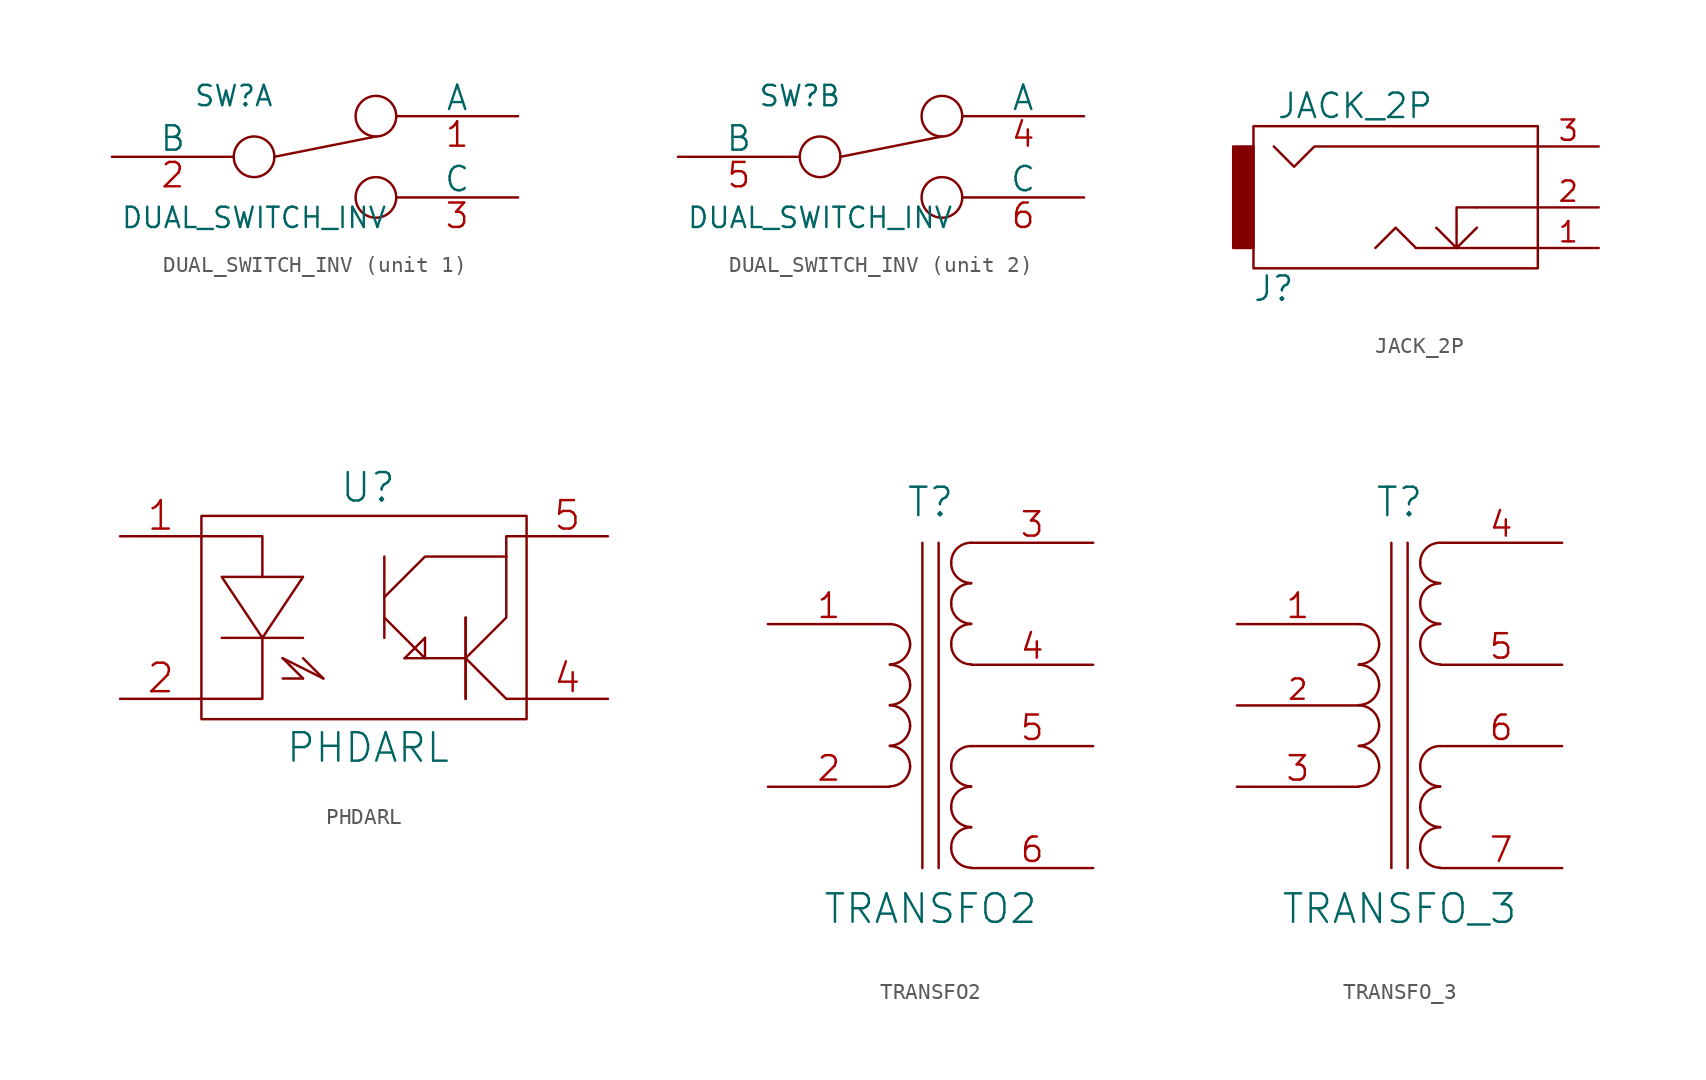
<source format=kicad_sym>
(kicad_symbol_lib
  (version 20220914)
  (generator kicad_symbol_editor)
  (symbol "DUAL_SWITCH_INV"
    (pin_names
      (offset 0))
    (property "Reference" "SW"
      (at -5.08 3.81 0)
      (effects (font (size 1.27 1.27))))
    (property "Value" "DUAL_SWITCH_INV"
      (at -3.81 -3.81 0)
      (effects (font (size 1.27 1.27))))
    (symbol "DUAL_SWITCH_INV_0_0"
      (circle (center -3.81 0) (radius 1.27) (stroke (width 0) (type solid)) (fill (type none)))
      (circle (center 3.81 -2.54) (radius 1.27) (stroke (width 0) (type solid)) (fill (type none))))
    (symbol "DUAL_SWITCH_INV_0_1"
      (polyline (pts (xy -2.54 0) (xy 3.81 1.27)) (stroke (width 0) (type solid)) (fill (type none)))
      (circle (center 3.81 2.54) (radius 1.27) (stroke (width 0) (type solid)) (fill (type none))))
    (symbol "DUAL_SWITCH_INV_1_1"
      (pin passive line (at 12.7 2.54 180) (length 7.62) (name "A" (effects (font (size 1.524 1.524)))) (number "1" (effects (font (size 1.524 1.524)))))
      (pin passive line (at -12.7 0 0) (length 7.62) (name "B" (effects (font (size 1.524 1.524)))) (number "2" (effects (font (size 1.524 1.524)))))
      (pin passive line (at 12.7 -2.54 180) (length 7.62) (name "C" (effects (font (size 1.524 1.524)))) (number "3" (effects (font (size 1.524 1.524))))))
    (symbol "DUAL_SWITCH_INV_2_1"
      (pin passive line (at 12.7 2.54 180) (length 7.62) (name "A" (effects (font (size 1.524 1.524)))) (number "4" (effects (font (size 1.524 1.524)))))
      (pin passive line (at -12.7 0 0) (length 7.62) (name "B" (effects (font (size 1.524 1.524)))) (number "5" (effects (font (size 1.524 1.524)))))
      (pin passive line (at 12.7 -2.54 180) (length 7.62) (name "C" (effects (font (size 1.524 1.524)))) (number "6" (effects (font (size 1.524 1.524)))))))
  (symbol "JACK_2P"
    (pin_names
      (offset 1.016))
    (property "Reference" "J"
      (at -8.89 -5.08 0)
      (effects (font (size 1.524 1.524))))
    (property "Value" "JACK_2P"
      (at -3.81 6.35 0)
      (effects (font (size 1.524 1.524))))
    (symbol "JACK_2P_0_1"
      (rectangle (start -11.43 3.81) (end -10.16 -2.54) (stroke (width 0) (type solid)) (fill (type outline)))
      (polyline (pts (xy 3.81 0) (xy 7.62 0) (xy 7.62 0)) (stroke (width 0) (type solid)) (fill (type none)))
      (polyline (pts (xy 0 -2.54) (xy -1.27 -1.27) (xy -2.54 -2.54) (xy -2.54 -2.54)) (stroke (width 0) (type solid)) (fill (type none)))
      (polyline (pts (xy 0 -2.54) (xy 7.62 -2.54) (xy 7.62 -2.54) (xy 7.62 -2.54)) (stroke (width 0) (type solid)) (fill (type none)))
      (polyline (pts (xy 1.27 -1.27) (xy 2.54 -2.54) (xy 3.81 -1.27) (xy 3.81 -1.27)) (stroke (width 0) (type solid)) (fill (type none)))
      (polyline (pts (xy 3.81 0) (xy 2.54 0) (xy 2.54 -2.54) (xy 2.54 -2.54)) (stroke (width 0) (type solid)) (fill (type none)))
      (polyline (pts (xy 7.62 3.81) (xy -6.35 3.81) (xy -7.62 2.54) (xy -8.89 3.81) (xy -8.89 3.81)) (stroke (width 0) (type solid)) (fill (type none)))
      (rectangle (start 7.62 -3.81) (end -10.16 5.08) (stroke (width 0) (type solid)) (fill (type none))))
    (symbol "JACK_2P_1_1"
      (pin passive line (at 11.43 -2.54 180) (length 3.81) (name "~" (effects (font (size 1.27 1.27)))) (number "1" (effects (font (size 1.27 1.27)))))
      (pin passive line (at 11.43 0 180) (length 3.81) (name "~" (effects (font (size 1.27 1.27)))) (number "2" (effects (font (size 1.27 1.27)))))
      (pin passive line (at 11.43 3.81 180) (length 3.81) (name "~" (effects (font (size 1.27 1.27)))) (number "3" (effects (font (size 1.27 1.27)))))))
  (symbol "PHDARL"
    (pin_names
      (offset 0.254))
    (property "Reference" "U"
      (at 0.254 8.128 0)
      (effects (font (size 1.778 1.778))))
    (property "Value" "PHDARL"
      (at 0.254 -8.128 0)
      (effects (font (size 1.778 1.778))))
    (symbol "PHDARL_0_0"
      (polyline (pts (xy -8.89 -1.27) (xy -3.81 -1.27)) (stroke (width 0) (type solid)) (fill (type none)))
      (polyline (pts (xy -5.08 -2.54) (xy -3.81 -3.81)) (stroke (width 0) (type solid)) (fill (type none)))
      (polyline (pts (xy -5.08 -2.54) (xy -2.54 -3.81)) (stroke (width 0) (type solid)) (fill (type none)))
      (polyline (pts (xy 1.27 3.81) (xy 1.27 -1.27)) (stroke (width 0) (type solid)) (fill (type none)))
      (polyline (pts (xy 3.81 -1.27) (xy 2.54 -2.54)) (stroke (width 0) (type solid)) (fill (type none)))
      (polyline (pts (xy 5.08 -2.54) (xy 6.35 -2.54)) (stroke (width 0) (type solid)) (fill (type none)))
      (polyline (pts (xy 6.35 0) (xy 6.35 -5.08)) (stroke (width 0) (type solid)) (fill (type none)))
      (polyline (pts (xy 6.35 0) (xy 6.35 -5.08)) (stroke (width 0) (type solid)) (fill (type none)))
      (polyline (pts (xy -3.81 -3.81) (xy -3.81 -3.81) (xy -5.08 -3.81)) (stroke (width 0) (type solid)) (fill (type none)))
      (polyline (pts (xy -3.81 -2.54) (xy -2.54 -3.81) (xy -3.81 -2.54)) (stroke (width 0) (type solid)) (fill (type none)))
      (polyline (pts (xy 1.27 1.27) (xy 3.81 3.81) (xy 8.89 3.81)) (stroke (width 0) (type solid)) (fill (type none)))
      (polyline (pts (xy 2.54 -2.54) (xy 3.81 -2.54) (xy 3.81 -1.27)) (stroke (width 0) (type solid)) (fill (type none)))
      (polyline (pts (xy 6.35 -2.54) (xy 8.89 0) (xy 8.89 3.81)) (stroke (width 0) (type solid)) (fill (type none)))
      (polyline (pts (xy -8.89 2.54) (xy -3.81 2.54) (xy -6.35 -1.27) (xy -8.89 2.54)) (stroke (width 0) (type solid)) (fill (type none)))
      (polyline (pts (xy 1.27 0) (xy 3.81 -2.54) (xy 3.81 -2.54) (xy 5.08 -2.54)) (stroke (width 0) (type solid)) (fill (type none))))
    (symbol "PHDARL_0_1"
      (rectangle (start -10.16 6.35) (end 10.16 -6.35) (stroke (width 0) (type solid)) (fill (type none)))
      (polyline (pts (xy -10.16 -5.08) (xy -6.35 -5.08) (xy -6.35 -1.27)) (stroke (width 0) (type solid)) (fill (type none)))
      (polyline (pts (xy -10.16 5.08) (xy -6.35 5.08) (xy -6.35 2.54)) (stroke (width 0) (type solid)) (fill (type none)))
      (polyline (pts (xy 6.35 -2.54) (xy 8.89 -5.08) (xy 10.16 -5.08)) (stroke (width 0) (type solid)) (fill (type none)))
      (polyline (pts (xy 8.89 3.81) (xy 8.89 5.08) (xy 10.16 5.08)) (stroke (width 0) (type solid)) (fill (type none))))
    (symbol "PHDARL_1_1"
      (pin input line (at -15.24 5.08 0) (length 5.08) (name "~" (effects (font (size 1.778 1.778)))) (number "1" (effects (font (size 1.778 1.778)))))
      (pin input line (at -15.24 -5.08 0) (length 5.08) (name "~" (effects (font (size 1.778 1.778)))) (number "2" (effects (font (size 1.778 1.778)))))
      (pin open_emitter line (at 15.24 -5.08 180) (length 5.08) (name "~" (effects (font (size 1.778 1.778)))) (number "4" (effects (font (size 1.778 1.778)))))
      (pin open_collector line (at 15.24 5.08 180) (length 5.08) (name "~" (effects (font (size 1.778 1.778)))) (number "5" (effects (font (size 1.778 1.778)))))))
  (symbol "TRANSFO2"
    (pin_names
      (offset 1.016) hide)
    (property "Reference" "T"
      (at 0 12.7 0)
      (effects (font (size 1.778 1.778))))
    (property "Value" "TRANSFO2"
      (at 0 -12.7 0)
      (effects (font (size 1.778 1.778))))
    (symbol "TRANSFO2_0_1"
      (arc (start -2.54 -5.0546) (mid -1.6599 -4.6901) (end -1.27 -3.81) (stroke (width 0) (type solid)) (fill (type none)))
      (arc (start -2.54 -2.5146) (mid -1.6599 -2.1501) (end -1.27 -1.27) (stroke (width 0) (type solid)) (fill (type none)))
      (arc (start -2.54 0.0254) (mid -1.6599 0.3899) (end -1.27 1.27) (stroke (width 0) (type solid)) (fill (type none)))
      (arc (start -2.54 2.5654) (mid -1.6599 2.9299) (end -1.27 3.81) (stroke (width 0) (type solid)) (fill (type none)))
      (arc (start -1.27 -3.81) (mid -1.642 -2.912) (end -2.54 -2.54) (stroke (width 0) (type solid)) (fill (type none)))
      (arc (start -1.27 -1.27) (mid -1.642 -0.372) (end -2.54 0) (stroke (width 0) (type solid)) (fill (type none)))
      (arc (start -1.27 1.27) (mid -1.642 2.168) (end -2.54 2.54) (stroke (width 0) (type solid)) (fill (type none)))
      (arc (start -1.27 3.81) (mid -1.642 4.708) (end -2.54 5.08) (stroke (width 0) (type solid)) (fill (type none)))
      (polyline (pts (xy -0.508 -10.16) (xy -0.508 10.16)) (stroke (width 0) (type solid)) (fill (type none)))
      (polyline (pts (xy 0.508 10.16) (xy 0.508 -10.16)) (stroke (width 0) (type solid)) (fill (type none)))
      (arc (start 1.2954 -8.89) (mid 1.6599 -9.7701) (end 2.54 -10.1346) (stroke (width 0) (type solid)) (fill (type none)))
      (arc (start 1.2954 -6.35) (mid 1.6599 -7.2301) (end 2.54 -7.5946) (stroke (width 0) (type solid)) (fill (type none)))
      (arc (start 1.2954 -3.81) (mid 1.6599 -4.6901) (end 2.54 -5.0546) (stroke (width 0) (type solid)) (fill (type none)))
      (arc (start 1.2954 3.81) (mid 1.6599 2.9299) (end 2.54 2.5654) (stroke (width 0) (type solid)) (fill (type none)))
      (arc (start 1.2954 6.35) (mid 1.6599 5.4699) (end 2.54 5.1054) (stroke (width 0) (type solid)) (fill (type none)))
      (arc (start 1.2954 8.89) (mid 1.6599 8.0099) (end 2.54 7.6454) (stroke (width 0) (type solid)) (fill (type none)))
      (arc (start 2.54 -7.62) (mid 1.642 -7.992) (end 1.2954 -8.89) (stroke (width 0) (type solid)) (fill (type none)))
      (arc (start 2.54 -5.08) (mid 1.642 -5.452) (end 1.2954 -6.35) (stroke (width 0) (type solid)) (fill (type none)))
      (arc (start 2.54 -2.54) (mid 1.642 -2.912) (end 1.2954 -3.81) (stroke (width 0) (type solid)) (fill (type none)))
      (arc (start 2.54 5.08) (mid 1.642 4.708) (end 1.2954 3.81) (stroke (width 0) (type solid)) (fill (type none)))
      (arc (start 2.54 7.62) (mid 1.642 7.248) (end 1.2954 6.35) (stroke (width 0) (type solid)) (fill (type none)))
      (arc (start 2.54 10.16) (mid 1.642 9.788) (end 1.2954 8.89) (stroke (width 0) (type solid)) (fill (type none))))
    (symbol "TRANSFO2_1_1"
      (pin passive line (at -10.16 5.08 0) (length 7.62) (name "AA" (effects (font (size 1.524 1.524)))) (number "1" (effects (font (size 1.524 1.524)))))
      (pin passive line (at -10.16 -5.08 0) (length 7.62) (name "AB" (effects (font (size 1.524 1.524)))) (number "2" (effects (font (size 1.524 1.524)))))
      (pin passive line (at 10.16 10.16 180) (length 7.62) (name "SA" (effects (font (size 1.524 1.524)))) (number "3" (effects (font (size 1.524 1.524)))))
      (pin passive line (at 10.16 2.54 180) (length 7.62) (name "SB" (effects (font (size 1.524 1.524)))) (number "4" (effects (font (size 1.524 1.524)))))
      (pin passive line (at 10.16 -2.54 180) (length 7.62) (name "SC" (effects (font (size 1.524 1.524)))) (number "5" (effects (font (size 1.524 1.524)))))
      (pin passive line (at 10.16 -10.16 180) (length 7.62) (name "SD" (effects (font (size 1.524 1.524)))) (number "6" (effects (font (size 1.524 1.524)))))))
  (symbol "TRANSFO_3"
    (pin_names
      (offset 1.016) hide)
    (property "Reference" "T"
      (at 0 12.7 0)
      (effects (font (size 1.778 1.778))))
    (property "Value" "TRANSFO_3"
      (at 0 -12.7 0)
      (effects (font (size 1.778 1.778))))
    (symbol "TRANSFO_3_0_1"
      (arc (start -2.54 -5.0546) (mid -1.6599 -4.6901) (end -1.27 -3.81) (stroke (width 0) (type solid)) (fill (type none)))
      (arc (start -2.54 -2.5146) (mid -1.6599 -2.1501) (end -1.27 -1.27) (stroke (width 0) (type solid)) (fill (type none)))
      (arc (start -2.54 0.0254) (mid -1.6599 0.3899) (end -1.27 1.27) (stroke (width 0) (type solid)) (fill (type none)))
      (arc (start -2.54 2.5654) (mid -1.6599 2.9299) (end -1.27 3.81) (stroke (width 0) (type solid)) (fill (type none)))
      (arc (start -1.27 -3.81) (mid -1.642 -2.912) (end -2.54 -2.54) (stroke (width 0) (type solid)) (fill (type none)))
      (arc (start -1.27 -1.27) (mid -1.642 -0.372) (end -2.54 0) (stroke (width 0) (type solid)) (fill (type none)))
      (arc (start -1.27 1.27) (mid -1.642 2.168) (end -2.54 2.54) (stroke (width 0) (type solid)) (fill (type none)))
      (arc (start -1.27 3.81) (mid -1.642 4.708) (end -2.54 5.08) (stroke (width 0) (type solid)) (fill (type none)))
      (polyline (pts (xy -0.508 -10.16) (xy -0.508 10.16)) (stroke (width 0) (type solid)) (fill (type none)))
      (polyline (pts (xy 0.508 10.16) (xy 0.508 -10.16)) (stroke (width 0) (type solid)) (fill (type none)))
      (arc (start 1.2954 -8.89) (mid 1.6599 -9.7701) (end 2.54 -10.1346) (stroke (width 0) (type solid)) (fill (type none)))
      (arc (start 1.2954 -6.35) (mid 1.6599 -7.2301) (end 2.54 -7.5946) (stroke (width 0) (type solid)) (fill (type none)))
      (arc (start 1.2954 -3.81) (mid 1.6599 -4.6901) (end 2.54 -5.0546) (stroke (width 0) (type solid)) (fill (type none)))
      (arc (start 1.2954 3.81) (mid 1.6599 2.9299) (end 2.54 2.5654) (stroke (width 0) (type solid)) (fill (type none)))
      (arc (start 1.2954 6.35) (mid 1.6599 5.4699) (end 2.54 5.1054) (stroke (width 0) (type solid)) (fill (type none)))
      (arc (start 1.2954 8.89) (mid 1.6599 8.0099) (end 2.54 7.6454) (stroke (width 0) (type solid)) (fill (type none)))
      (arc (start 2.54 -7.62) (mid 1.642 -7.992) (end 1.2954 -8.89) (stroke (width 0) (type solid)) (fill (type none)))
      (arc (start 2.54 -5.08) (mid 1.642 -5.452) (end 1.2954 -6.35) (stroke (width 0) (type solid)) (fill (type none)))
      (arc (start 2.54 -2.54) (mid 1.642 -2.912) (end 1.2954 -3.81) (stroke (width 0) (type solid)) (fill (type none)))
      (arc (start 2.54 5.08) (mid 1.642 4.708) (end 1.2954 3.81) (stroke (width 0) (type solid)) (fill (type none)))
      (arc (start 2.54 7.62) (mid 1.642 7.248) (end 1.2954 6.35) (stroke (width 0) (type solid)) (fill (type none)))
      (arc (start 2.54 10.16) (mid 1.642 9.788) (end 1.2954 8.89) (stroke (width 0) (type solid)) (fill (type none))))
    (symbol "TRANSFO_3_1_1"
      (pin passive line (at -10.16 5.08 0) (length 7.62) (name "IN+" (effects (font (size 1.524 1.524)))) (number "1" (effects (font (size 1.524 1.524)))))
      (pin passive line (at -10.16 0 0) (length 7.62) (name "PM" (effects (font (size 1.27 1.27)))) (number "2" (effects (font (size 1.27 1.27)))))
      (pin passive line (at -10.16 -5.08 0) (length 7.62) (name "IN-" (effects (font (size 1.524 1.524)))) (number "3" (effects (font (size 1.524 1.524)))))
      (pin passive line (at 10.16 10.16 180) (length 7.62) (name "OUT1A" (effects (font (size 1.524 1.524)))) (number "4" (effects (font (size 1.524 1.524)))))
      (pin passive line (at 10.16 2.54 180) (length 7.62) (name "OUT1B" (effects (font (size 1.524 1.524)))) (number "5" (effects (font (size 1.524 1.524)))))
      (pin passive line (at 10.16 -2.54 180) (length 7.62) (name "OUT2A" (effects (font (size 1.524 1.524)))) (number "6" (effects (font (size 1.524 1.524)))))
      (pin passive line (at 10.16 -10.16 180) (length 7.62) (name "OUT2B" (effects (font (size 1.524 1.524)))) (number "7" (effects (font (size 1.524 1.524))))))))
</source>
